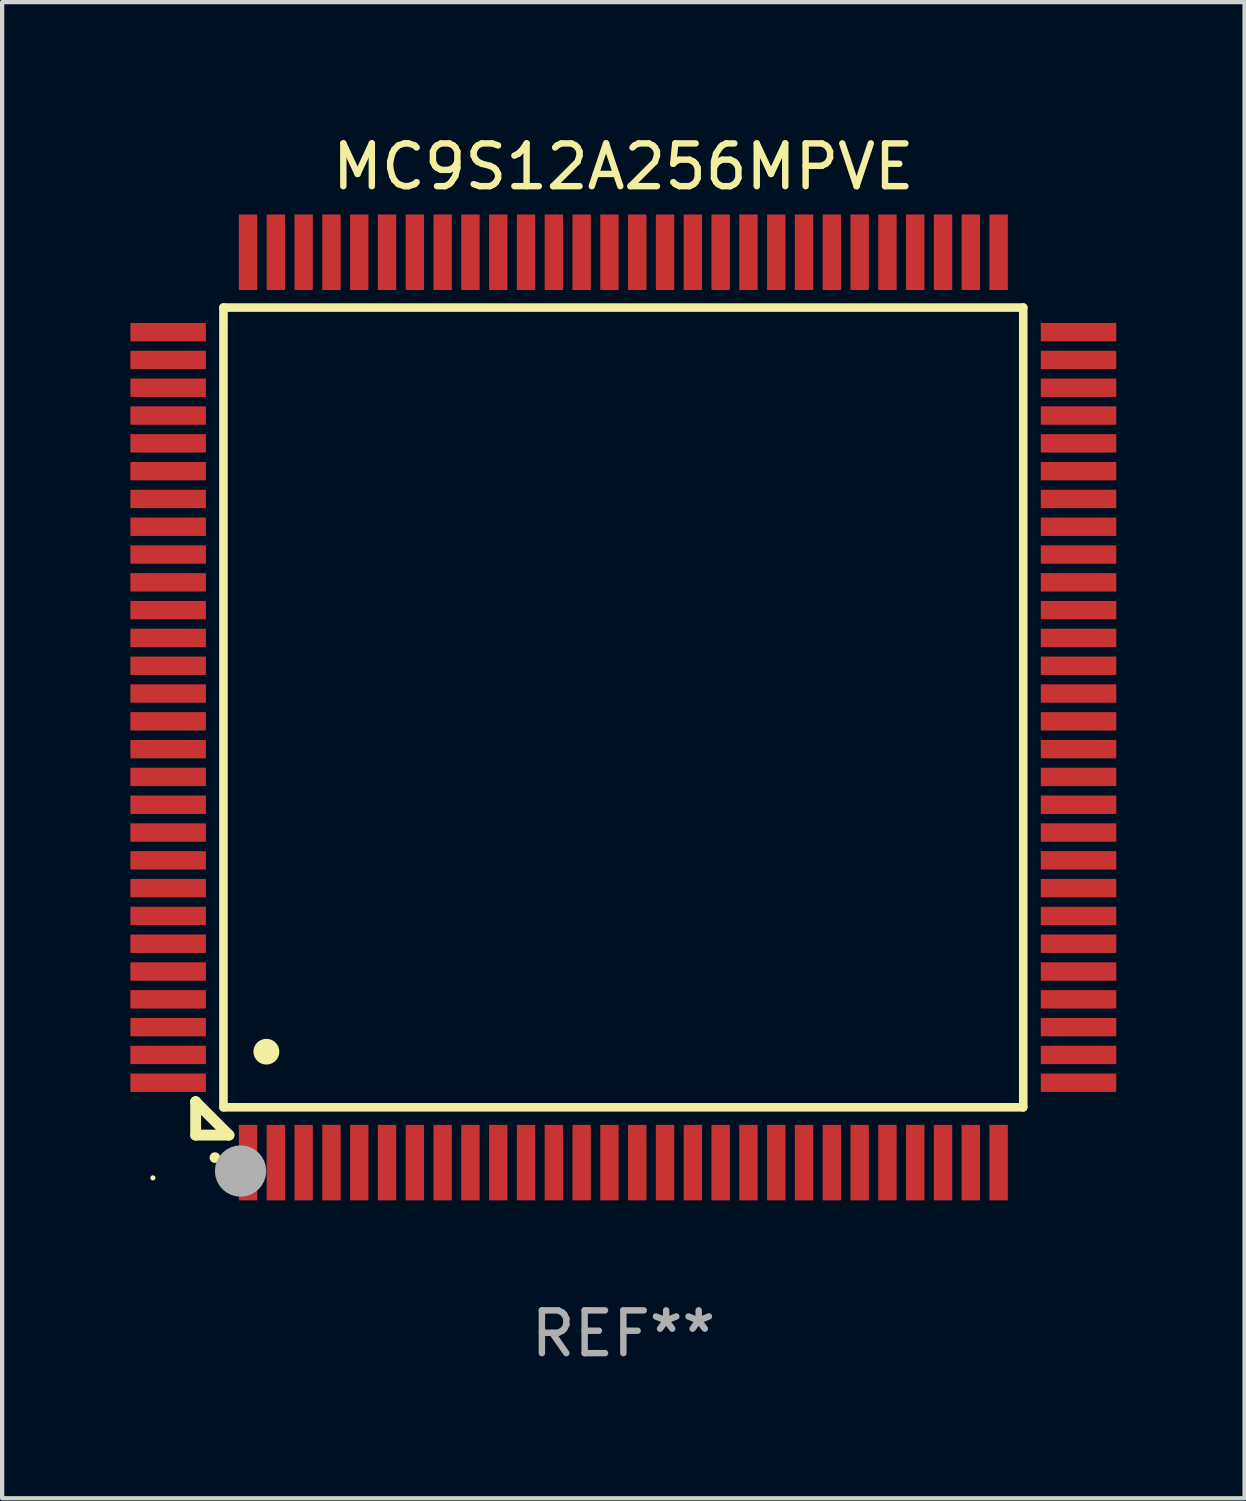
<source format=kicad_pcb>
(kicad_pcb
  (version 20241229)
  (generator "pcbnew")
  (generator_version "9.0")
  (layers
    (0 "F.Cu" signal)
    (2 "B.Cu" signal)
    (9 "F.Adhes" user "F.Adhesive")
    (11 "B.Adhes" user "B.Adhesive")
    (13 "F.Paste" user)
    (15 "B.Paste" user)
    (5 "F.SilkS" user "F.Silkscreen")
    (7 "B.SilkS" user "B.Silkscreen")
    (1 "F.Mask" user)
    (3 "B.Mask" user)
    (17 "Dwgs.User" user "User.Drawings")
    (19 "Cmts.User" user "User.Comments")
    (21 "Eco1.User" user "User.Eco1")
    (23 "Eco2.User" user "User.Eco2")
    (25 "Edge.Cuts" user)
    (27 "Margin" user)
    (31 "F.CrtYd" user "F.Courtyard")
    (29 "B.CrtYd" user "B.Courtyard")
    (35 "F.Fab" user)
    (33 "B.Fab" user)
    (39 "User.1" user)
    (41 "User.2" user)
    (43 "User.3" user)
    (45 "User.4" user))
  (footprint "MC9S12A256MPVE"
    (layer "F.Cu")
    (at 11.525 13.491)
    (property "Reference" "MC9S12A256MPVE" (at 0 -12.643 0) (layer "F.SilkS") (effects (font (size 1 1) (thickness 0.15))))
    (attr through_hole)
    (fp_line (start -10 9.221) (end -10 9.221) (stroke (width 0.254) (type solid)) (layer "F.SilkS"))
    (fp_line (start -10 9.221) (end -10 10) (stroke (width 0.254) (type solid)) (layer "F.SilkS"))
    (fp_line (start -10 9.221) (end -9.221 10) (stroke (width 0.254) (type solid)) (layer "F.SilkS"))
    (fp_line (start -10 10) (end -9.221 10) (stroke (width 0.254) (type solid)) (layer "F.SilkS"))
    (fp_line (start -9.35 -9.35) (end -9.35 9.35) (stroke (width 0.201) (type solid)) (layer "F.SilkS"))
    (fp_line (start -9.35 9.35) (end 9.35 9.35) (stroke (width 0.201) (type solid)) (layer "F.SilkS"))
    (fp_line (start 9.35 -9.35) (end -9.35 -9.35) (stroke (width 0.201) (type solid)) (layer "F.SilkS"))
    (fp_line (start 9.35 9.35) (end 9.35 -9.35) (stroke (width 0.201) (type solid)) (layer "F.SilkS"))
    (fp_arc (start -9.550546 10.525832) (mid -9.549276 10.525826) (end -9.548006 10.525832) (stroke (width 0.24892) (type solid)) (layer "F.SilkS"))
    (fp_arc (start -8.349124 8.049327) (mid -8.346584 8.049316) (end -8.344044 8.049327) (stroke (width 0.599441) (type solid)) (layer "F.SilkS"))
    (fp_circle (center -11 11) (end -10.97 11) (stroke (width 0.06) (type solid)) (fill no) (layer "F.SilkS"))
    (fp_circle (center -8.95 10.84) (end -8.65 10.84) (stroke (width 0.6) (type solid)) (fill no) (layer "F.Fab"))
    (fp_text user "REF**" (at 0 14.643 0) (layer "F.Fab") (effects (font (size 1 1) (thickness 0.15))))
    (pad "1" smd rect (at -8.775 10.643) (size 0.43 1.765) (layers "F.Cu" "F.Mask" "F.Paste"))
    (pad "2" smd rect (at -8.125 10.643) (size 0.43 1.765) (layers "F.Cu" "F.Mask" "F.Paste"))
    (pad "3" smd rect (at -7.475 10.643) (size 0.43 1.765) (layers "F.Cu" "F.Mask" "F.Paste"))
    (pad "4" smd rect (at -6.825 10.643) (size 0.43 1.765) (layers "F.Cu" "F.Mask" "F.Paste"))
    (pad "5" smd rect (at -6.175 10.643) (size 0.43 1.765) (layers "F.Cu" "F.Mask" "F.Paste"))
    (pad "6" smd rect (at -5.525 10.643) (size 0.43 1.765) (layers "F.Cu" "F.Mask" "F.Paste"))
    (pad "7" smd rect (at -4.875 10.643) (size 0.43 1.765) (layers "F.Cu" "F.Mask" "F.Paste"))
    (pad "8" smd rect (at -4.225 10.643) (size 0.43 1.765) (layers "F.Cu" "F.Mask" "F.Paste"))
    (pad "9" smd rect (at -3.575 10.643) (size 0.43 1.765) (layers "F.Cu" "F.Mask" "F.Paste"))
    (pad "10" smd rect (at -2.925 10.643) (size 0.43 1.765) (layers "F.Cu" "F.Mask" "F.Paste"))
    (pad "11" smd rect (at -2.275 10.643) (size 0.43 1.765) (layers "F.Cu" "F.Mask" "F.Paste"))
    (pad "12" smd rect (at -1.625 10.643) (size 0.43 1.765) (layers "F.Cu" "F.Mask" "F.Paste"))
    (pad "13" smd rect (at -0.975 10.643) (size 0.43 1.765) (layers "F.Cu" "F.Mask" "F.Paste"))
    (pad "14" smd rect (at -0.325 10.643) (size 0.43 1.765) (layers "F.Cu" "F.Mask" "F.Paste"))
    (pad "15" smd rect (at 0.325 10.643) (size 0.43 1.765) (layers "F.Cu" "F.Mask" "F.Paste"))
    (pad "16" smd rect (at 0.975 10.643) (size 0.43 1.765) (layers "F.Cu" "F.Mask" "F.Paste"))
    (pad "17" smd rect (at 1.625 10.643) (size 0.43 1.765) (layers "F.Cu" "F.Mask" "F.Paste"))
    (pad "18" smd rect (at 2.275 10.643) (size 0.43 1.765) (layers "F.Cu" "F.Mask" "F.Paste"))
    (pad "19" smd rect (at 2.925 10.643) (size 0.43 1.765) (layers "F.Cu" "F.Mask" "F.Paste"))
    (pad "20" smd rect (at 3.575 10.643) (size 0.43 1.765) (layers "F.Cu" "F.Mask" "F.Paste"))
    (pad "21" smd rect (at 4.225 10.643) (size 0.43 1.765) (layers "F.Cu" "F.Mask" "F.Paste"))
    (pad "22" smd rect (at 4.875 10.643) (size 0.43 1.765) (layers "F.Cu" "F.Mask" "F.Paste"))
    (pad "23" smd rect (at 5.525 10.643) (size 0.43 1.765) (layers "F.Cu" "F.Mask" "F.Paste"))
    (pad "24" smd rect (at 6.175 10.643) (size 0.43 1.765) (layers "F.Cu" "F.Mask" "F.Paste"))
    (pad "25" smd rect (at 6.825 10.643) (size 0.43 1.765) (layers "F.Cu" "F.Mask" "F.Paste"))
    (pad "26" smd rect (at 7.475 10.643) (size 0.43 1.765) (layers "F.Cu" "F.Mask" "F.Paste"))
    (pad "27" smd rect (at 8.125 10.643) (size 0.43 1.765) (layers "F.Cu" "F.Mask" "F.Paste"))
    (pad "28" smd rect (at 8.775 10.643) (size 0.43 1.765) (layers "F.Cu" "F.Mask" "F.Paste"))
    (pad "29" smd rect (at 10.643 8.775) (size 1.765 0.43) (layers "F.Cu" "F.Mask" "F.Paste"))
    (pad "30" smd rect (at 10.643 8.125) (size 1.765 0.43) (layers "F.Cu" "F.Mask" "F.Paste"))
    (pad "31" smd rect (at 10.643 7.475) (size 1.765 0.43) (layers "F.Cu" "F.Mask" "F.Paste"))
    (pad "32" smd rect (at 10.643 6.825) (size 1.765 0.43) (layers "F.Cu" "F.Mask" "F.Paste"))
    (pad "33" smd rect (at 10.643 6.175) (size 1.765 0.43) (layers "F.Cu" "F.Mask" "F.Paste"))
    (pad "34" smd rect (at 10.643 5.525) (size 1.765 0.43) (layers "F.Cu" "F.Mask" "F.Paste"))
    (pad "35" smd rect (at 10.643 4.875) (size 1.765 0.43) (layers "F.Cu" "F.Mask" "F.Paste"))
    (pad "36" smd rect (at 10.643 4.225) (size 1.765 0.43) (layers "F.Cu" "F.Mask" "F.Paste"))
    (pad "37" smd rect (at 10.643 3.575) (size 1.765 0.43) (layers "F.Cu" "F.Mask" "F.Paste"))
    (pad "38" smd rect (at 10.643 2.925) (size 1.765 0.43) (layers "F.Cu" "F.Mask" "F.Paste"))
    (pad "39" smd rect (at 10.643 2.275) (size 1.765 0.43) (layers "F.Cu" "F.Mask" "F.Paste"))
    (pad "40" smd rect (at 10.643 1.625) (size 1.765 0.43) (layers "F.Cu" "F.Mask" "F.Paste"))
    (pad "41" smd rect (at 10.643 0.975) (size 1.765 0.43) (layers "F.Cu" "F.Mask" "F.Paste"))
    (pad "42" smd rect (at 10.643 0.325) (size 1.765 0.43) (layers "F.Cu" "F.Mask" "F.Paste"))
    (pad "43" smd rect (at 10.643 -0.325) (size 1.765 0.43) (layers "F.Cu" "F.Mask" "F.Paste"))
    (pad "44" smd rect (at 10.643 -0.975) (size 1.765 0.43) (layers "F.Cu" "F.Mask" "F.Paste"))
    (pad "45" smd rect (at 10.643 -1.625) (size 1.765 0.43) (layers "F.Cu" "F.Mask" "F.Paste"))
    (pad "46" smd rect (at 10.643 -2.275) (size 1.765 0.43) (layers "F.Cu" "F.Mask" "F.Paste"))
    (pad "47" smd rect (at 10.643 -2.925) (size 1.765 0.43) (layers "F.Cu" "F.Mask" "F.Paste"))
    (pad "48" smd rect (at 10.643 -3.575) (size 1.765 0.43) (layers "F.Cu" "F.Mask" "F.Paste"))
    (pad "49" smd rect (at 10.643 -4.225) (size 1.765 0.43) (layers "F.Cu" "F.Mask" "F.Paste"))
    (pad "50" smd rect (at 10.643 -4.875) (size 1.765 0.43) (layers "F.Cu" "F.Mask" "F.Paste"))
    (pad "51" smd rect (at 10.643 -5.525) (size 1.765 0.43) (layers "F.Cu" "F.Mask" "F.Paste"))
    (pad "52" smd rect (at 10.643 -6.175) (size 1.765 0.43) (layers "F.Cu" "F.Mask" "F.Paste"))
    (pad "53" smd rect (at 10.643 -6.825) (size 1.765 0.43) (layers "F.Cu" "F.Mask" "F.Paste"))
    (pad "54" smd rect (at 10.643 -7.475) (size 1.765 0.43) (layers "F.Cu" "F.Mask" "F.Paste"))
    (pad "55" smd rect (at 10.643 -8.125) (size 1.765 0.43) (layers "F.Cu" "F.Mask" "F.Paste"))
    (pad "56" smd rect (at 10.643 -8.775) (size 1.765 0.43) (layers "F.Cu" "F.Mask" "F.Paste"))
    (pad "57" smd rect (at 8.775 -10.643) (size 0.43 1.765) (layers "F.Cu" "F.Mask" "F.Paste"))
    (pad "58" smd rect (at 8.125 -10.643) (size 0.43 1.765) (layers "F.Cu" "F.Mask" "F.Paste"))
    (pad "59" smd rect (at 7.475 -10.643) (size 0.43 1.765) (layers "F.Cu" "F.Mask" "F.Paste"))
    (pad "60" smd rect (at 6.825 -10.643) (size 0.43 1.765) (layers "F.Cu" "F.Mask" "F.Paste"))
    (pad "61" smd rect (at 6.175 -10.643) (size 0.43 1.765) (layers "F.Cu" "F.Mask" "F.Paste"))
    (pad "62" smd rect (at 5.525 -10.643) (size 0.43 1.765) (layers "F.Cu" "F.Mask" "F.Paste"))
    (pad "63" smd rect (at 4.875 -10.643) (size 0.43 1.765) (layers "F.Cu" "F.Mask" "F.Paste"))
    (pad "64" smd rect (at 4.225 -10.643) (size 0.43 1.765) (layers "F.Cu" "F.Mask" "F.Paste"))
    (pad "65" smd rect (at 3.575 -10.643) (size 0.43 1.765) (layers "F.Cu" "F.Mask" "F.Paste"))
    (pad "66" smd rect (at 2.925 -10.643) (size 0.43 1.765) (layers "F.Cu" "F.Mask" "F.Paste"))
    (pad "67" smd rect (at 2.275 -10.643) (size 0.43 1.765) (layers "F.Cu" "F.Mask" "F.Paste"))
    (pad "68" smd rect (at 1.625 -10.643) (size 0.43 1.765) (layers "F.Cu" "F.Mask" "F.Paste"))
    (pad "69" smd rect (at 0.975 -10.643) (size 0.43 1.765) (layers "F.Cu" "F.Mask" "F.Paste"))
    (pad "70" smd rect (at 0.325 -10.643) (size 0.43 1.765) (layers "F.Cu" "F.Mask" "F.Paste"))
    (pad "71" smd rect (at -0.325 -10.643) (size 0.43 1.765) (layers "F.Cu" "F.Mask" "F.Paste"))
    (pad "72" smd rect (at -0.975 -10.643) (size 0.43 1.765) (layers "F.Cu" "F.Mask" "F.Paste"))
    (pad "73" smd rect (at -1.625 -10.643) (size 0.43 1.765) (layers "F.Cu" "F.Mask" "F.Paste"))
    (pad "74" smd rect (at -2.275 -10.643) (size 0.43 1.765) (layers "F.Cu" "F.Mask" "F.Paste"))
    (pad "75" smd rect (at -2.925 -10.643) (size 0.43 1.765) (layers "F.Cu" "F.Mask" "F.Paste"))
    (pad "76" smd rect (at -3.575 -10.643) (size 0.43 1.765) (layers "F.Cu" "F.Mask" "F.Paste"))
    (pad "77" smd rect (at -4.225 -10.643) (size 0.43 1.765) (layers "F.Cu" "F.Mask" "F.Paste"))
    (pad "78" smd rect (at -4.875 -10.643) (size 0.43 1.765) (layers "F.Cu" "F.Mask" "F.Paste"))
    (pad "79" smd rect (at -5.525 -10.643) (size 0.43 1.765) (layers "F.Cu" "F.Mask" "F.Paste"))
    (pad "80" smd rect (at -6.175 -10.643) (size 0.43 1.765) (layers "F.Cu" "F.Mask" "F.Paste"))
    (pad "81" smd rect (at -6.825 -10.643) (size 0.43 1.765) (layers "F.Cu" "F.Mask" "F.Paste"))
    (pad "82" smd rect (at -7.475 -10.643) (size 0.43 1.765) (layers "F.Cu" "F.Mask" "F.Paste"))
    (pad "83" smd rect (at -8.125 -10.643) (size 0.43 1.765) (layers "F.Cu" "F.Mask" "F.Paste"))
    (pad "84" smd rect (at -8.775 -10.643) (size 0.43 1.765) (layers "F.Cu" "F.Mask" "F.Paste"))
    (pad "85" smd rect (at -10.643 -8.775) (size 1.765 0.43) (layers "F.Cu" "F.Mask" "F.Paste"))
    (pad "86" smd rect (at -10.643 -8.125) (size 1.765 0.43) (layers "F.Cu" "F.Mask" "F.Paste"))
    (pad "87" smd rect (at -10.643 -7.475) (size 1.765 0.43) (layers "F.Cu" "F.Mask" "F.Paste"))
    (pad "88" smd rect (at -10.643 -6.825) (size 1.765 0.43) (layers "F.Cu" "F.Mask" "F.Paste"))
    (pad "89" smd rect (at -10.643 -6.175) (size 1.765 0.43) (layers "F.Cu" "F.Mask" "F.Paste"))
    (pad "90" smd rect (at -10.643 -5.525) (size 1.765 0.43) (layers "F.Cu" "F.Mask" "F.Paste"))
    (pad "91" smd rect (at -10.643 -4.875) (size 1.765 0.43) (layers "F.Cu" "F.Mask" "F.Paste"))
    (pad "92" smd rect (at -10.643 -4.225) (size 1.765 0.43) (layers "F.Cu" "F.Mask" "F.Paste"))
    (pad "93" smd rect (at -10.643 -3.575) (size 1.765 0.43) (layers "F.Cu" "F.Mask" "F.Paste"))
    (pad "94" smd rect (at -10.643 -2.925) (size 1.765 0.43) (layers "F.Cu" "F.Mask" "F.Paste"))
    (pad "95" smd rect (at -10.643 -2.275) (size 1.765 0.43) (layers "F.Cu" "F.Mask" "F.Paste"))
    (pad "96" smd rect (at -10.643 -1.625) (size 1.765 0.43) (layers "F.Cu" "F.Mask" "F.Paste"))
    (pad "97" smd rect (at -10.643 -0.975) (size 1.765 0.43) (layers "F.Cu" "F.Mask" "F.Paste"))
    (pad "98" smd rect (at -10.643 -0.325) (size 1.765 0.43) (layers "F.Cu" "F.Mask" "F.Paste"))
    (pad "99" smd rect (at -10.643 0.325) (size 1.765 0.43) (layers "F.Cu" "F.Mask" "F.Paste"))
    (pad "100" smd rect (at -10.643 0.975) (size 1.765 0.43) (layers "F.Cu" "F.Mask" "F.Paste"))
    (pad "101" smd rect (at -10.643 1.625) (size 1.765 0.43) (layers "F.Cu" "F.Mask" "F.Paste"))
    (pad "102" smd rect (at -10.643 2.275) (size 1.765 0.43) (layers "F.Cu" "F.Mask" "F.Paste"))
    (pad "103" smd rect (at -10.643 2.925) (size 1.765 0.43) (layers "F.Cu" "F.Mask" "F.Paste"))
    (pad "104" smd rect (at -10.643 3.575) (size 1.765 0.43) (layers "F.Cu" "F.Mask" "F.Paste"))
    (pad "105" smd rect (at -10.643 4.225) (size 1.765 0.43) (layers "F.Cu" "F.Mask" "F.Paste"))
    (pad "106" smd rect (at -10.643 4.875) (size 1.765 0.43) (layers "F.Cu" "F.Mask" "F.Paste"))
    (pad "107" smd rect (at -10.643 5.525) (size 1.765 0.43) (layers "F.Cu" "F.Mask" "F.Paste"))
    (pad "108" smd rect (at -10.643 6.175) (size 1.765 0.43) (layers "F.Cu" "F.Mask" "F.Paste"))
    (pad "109" smd rect (at -10.643 6.825) (size 1.765 0.43) (layers "F.Cu" "F.Mask" "F.Paste"))
    (pad "110" smd rect (at -10.643 7.475) (size 1.765 0.43) (layers "F.Cu" "F.Mask" "F.Paste"))
    (pad "111" smd rect (at -10.643 8.125) (size 1.765 0.43) (layers "F.Cu" "F.Mask" "F.Paste"))
    (pad "112" smd rect (at -10.643 8.775) (size 1.765 0.43) (layers "F.Cu" "F.Mask" "F.Paste")))
  (gr_rect
    (start -3 -3)
    (end 26.05 31.982)
    (stroke (width 0.1) (type default))
    (fill no)
    (layer "Edge.Cuts")))
</source>
